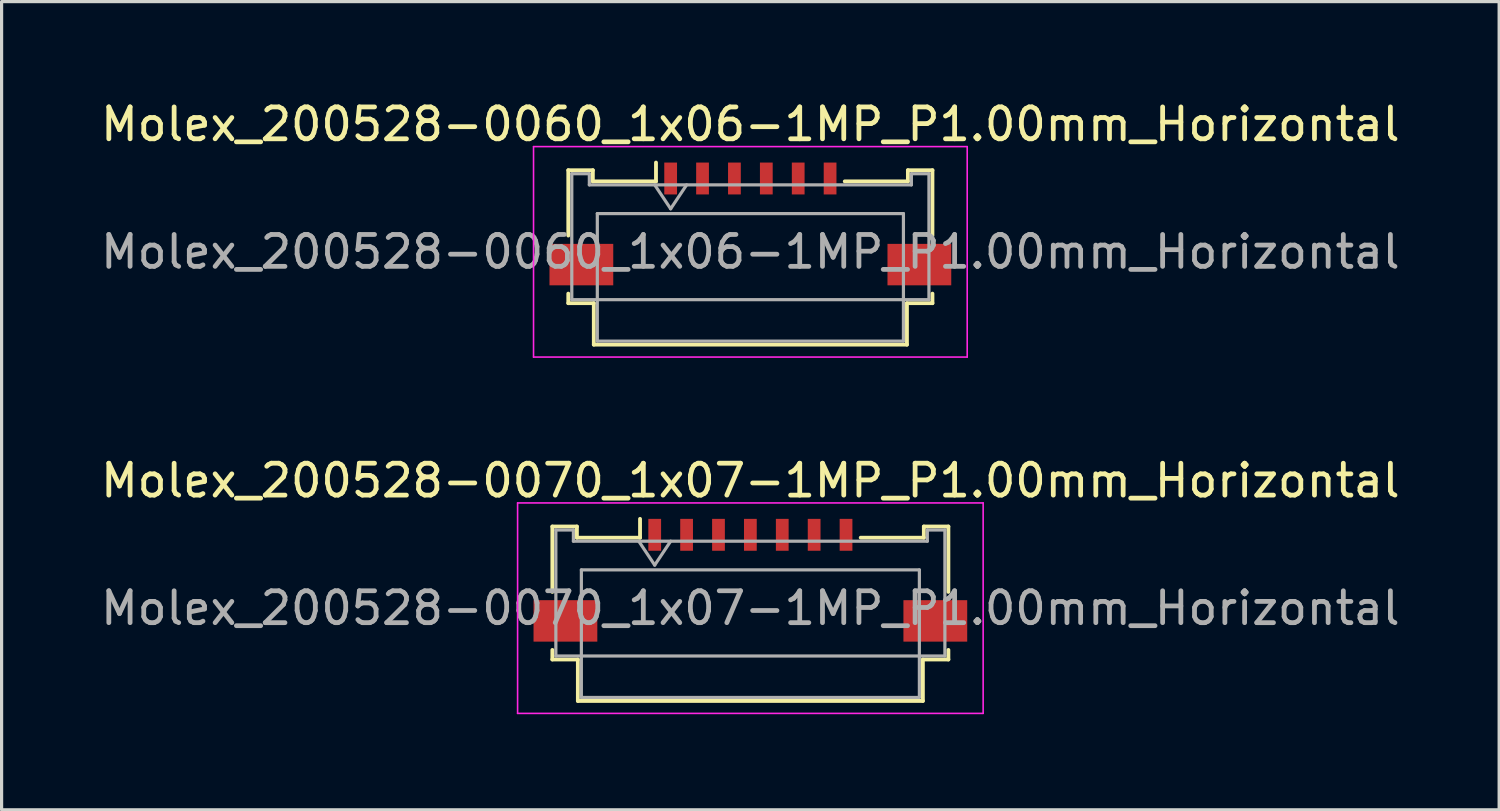
<source format=kicad_pcb>
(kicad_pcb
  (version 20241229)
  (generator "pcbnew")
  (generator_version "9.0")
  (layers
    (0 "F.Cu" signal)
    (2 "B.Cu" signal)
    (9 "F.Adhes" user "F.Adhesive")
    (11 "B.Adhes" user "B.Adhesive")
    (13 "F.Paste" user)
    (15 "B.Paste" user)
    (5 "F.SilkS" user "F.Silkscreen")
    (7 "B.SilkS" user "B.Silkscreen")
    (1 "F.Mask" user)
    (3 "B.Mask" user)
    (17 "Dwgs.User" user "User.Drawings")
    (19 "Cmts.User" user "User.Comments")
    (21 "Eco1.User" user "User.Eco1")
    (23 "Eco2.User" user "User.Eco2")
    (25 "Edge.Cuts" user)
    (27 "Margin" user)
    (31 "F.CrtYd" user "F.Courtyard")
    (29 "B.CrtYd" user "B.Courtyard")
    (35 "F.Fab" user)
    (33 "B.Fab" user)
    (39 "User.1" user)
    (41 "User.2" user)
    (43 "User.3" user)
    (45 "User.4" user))
  (footprint "Molex_200528-0060_1x06-1MP_P1.00mm_Horizontal"
    (layer "F.Cu")
    (at 20.482 3.458)
    (property "Reference" "Molex_200528-0060_1x06-1MP_P1.00mm_Horizontal" (at 0 -2.61 0) (layer "F.SilkS") (effects (font (size 1 1) (thickness 0.15))))
    (attr smd)
    (fp_line (start -5.71 -1.17) (end -5.71 0.88) (stroke (width 0.12) (type solid)) (layer "F.SilkS"))
    (fp_line (start -5.71 2.7) (end -5.71 3) (stroke (width 0.12) (type solid)) (layer "F.SilkS"))
    (fp_line (start -5.71 3) (end -4.91 3) (stroke (width 0.12) (type solid)) (layer "F.SilkS"))
    (fp_line (start -4.94 -1.17) (end -5.71 -1.17) (stroke (width 0.12) (type solid)) (layer "F.SilkS"))
    (fp_line (start -4.94 -0.82) (end -4.94 -1.17) (stroke (width 0.12) (type solid)) (layer "F.SilkS"))
    (fp_line (start -4.91 3) (end -4.91 4.3) (stroke (width 0.12) (type solid)) (layer "F.SilkS"))
    (fp_line (start -4.91 4.3) (end 4.91 4.3) (stroke (width 0.12) (type solid)) (layer "F.SilkS"))
    (fp_line (start -2.96 -1.41) (end -2.96 -0.82) (stroke (width 0.12) (type solid)) (layer "F.SilkS"))
    (fp_line (start -2.96 -0.82) (end -4.94 -0.82) (stroke (width 0.12) (type solid)) (layer "F.SilkS"))
    (fp_line (start 4.91 3) (end 5.71 3) (stroke (width 0.12) (type solid)) (layer "F.SilkS"))
    (fp_line (start 4.91 4.3) (end 4.91 3) (stroke (width 0.12) (type solid)) (layer "F.SilkS"))
    (fp_line (start 4.94 -1.17) (end 4.94 -0.82) (stroke (width 0.12) (type solid)) (layer "F.SilkS"))
    (fp_line (start 4.94 -0.82) (end 2.96 -0.82) (stroke (width 0.12) (type solid)) (layer "F.SilkS"))
    (fp_line (start 5.71 -1.17) (end 4.94 -1.17) (stroke (width 0.12) (type solid)) (layer "F.SilkS"))
    (fp_line (start 5.71 0.88) (end 5.71 -1.17) (stroke (width 0.12) (type solid)) (layer "F.SilkS"))
    (fp_line (start 5.71 3) (end 5.71 2.7) (stroke (width 0.12) (type solid)) (layer "F.SilkS"))
    (fp_line (start -6.8 -1.91) (end -6.8 4.69) (stroke (width 0.05) (type solid)) (layer "F.CrtYd"))
    (fp_line (start -6.8 4.69) (end 6.8 4.69) (stroke (width 0.05) (type solid)) (layer "F.CrtYd"))
    (fp_line (start 6.8 -1.91) (end -6.8 -1.91) (stroke (width 0.05) (type solid)) (layer "F.CrtYd"))
    (fp_line (start 6.8 4.69) (end 6.8 -1.91) (stroke (width 0.05) (type solid)) (layer "F.CrtYd"))
    (fp_line (start -5.6 -1.06) (end -5.6 2.89) (stroke (width 0.1) (type solid)) (layer "F.Fab"))
    (fp_line (start -5.6 2.89) (end 5.6 2.89) (stroke (width 0.1) (type solid)) (layer "F.Fab"))
    (fp_line (start -5.05 -1.06) (end -5.6 -1.06) (stroke (width 0.1) (type solid)) (layer "F.Fab"))
    (fp_line (start -5.05 -0.71) (end -5.05 -1.06) (stroke (width 0.1) (type solid)) (layer "F.Fab"))
    (fp_line (start -4.8 0.19) (end -4.8 4.19) (stroke (width 0.1) (type solid)) (layer "F.Fab"))
    (fp_line (start -4.8 4.19) (end 4.8 4.19) (stroke (width 0.1) (type solid)) (layer "F.Fab"))
    (fp_line (start -3 -0.71) (end -2.5 0.04) (stroke (width 0.1) (type solid)) (layer "F.Fab"))
    (fp_line (start -2.5 0.04) (end -2 -0.71) (stroke (width 0.1) (type solid)) (layer "F.Fab"))
    (fp_line (start 4.8 0.19) (end -4.8 0.19) (stroke (width 0.1) (type solid)) (layer "F.Fab"))
    (fp_line (start 4.8 4.19) (end 4.8 0.19) (stroke (width 0.1) (type solid)) (layer "F.Fab"))
    (fp_line (start 5.05 -1.06) (end 5.05 -0.71) (stroke (width 0.1) (type solid)) (layer "F.Fab"))
    (fp_line (start 5.05 -0.71) (end -5.05 -0.71) (stroke (width 0.1) (type solid)) (layer "F.Fab"))
    (fp_line (start 5.6 -1.06) (end 5.05 -1.06) (stroke (width 0.1) (type solid)) (layer "F.Fab"))
    (fp_line (start 5.6 2.89) (end 5.6 -1.06) (stroke (width 0.1) (type solid)) (layer "F.Fab"))
    (fp_text user "${REFERENCE}" (at 0 1.39 0) (layer "F.Fab") (effects (font (size 1 1) (thickness 0.15))))
    (pad "1" smd rect (at -2.5 -0.91) (size 0.4 1) (layers "F.Cu" "F.Mask" "F.Paste"))
    (pad "2" smd rect (at -1.5 -0.91) (size 0.4 1) (layers "F.Cu" "F.Mask" "F.Paste"))
    (pad "3" smd rect (at -0.5 -0.91) (size 0.4 1) (layers "F.Cu" "F.Mask" "F.Paste"))
    (pad "4" smd rect (at 0.5 -0.91) (size 0.4 1) (layers "F.Cu" "F.Mask" "F.Paste"))
    (pad "5" smd rect (at 1.5 -0.91) (size 0.4 1) (layers "F.Cu" "F.Mask" "F.Paste"))
    (pad "6" smd rect (at 2.5 -0.91) (size 0.4 1) (layers "F.Cu" "F.Mask" "F.Paste"))
    (pad "MP" smd rect (at -5.3 1.79) (size 2 1.3) (layers "F.Cu" "F.Mask" "F.Paste"))
    (pad "MP" smd rect (at 5.3 1.79) (size 2 1.3) (layers "F.Cu" "F.Mask" "F.Paste")))
  (footprint "Molex_200528-0070_1x07-1MP_P1.00mm_Horizontal"
    (layer "F.Cu")
    (at 20.482 14.632)
    (property "Reference" "Molex_200528-0070_1x07-1MP_P1.00mm_Horizontal" (at 0 -2.61 0) (layer "F.SilkS") (effects (font (size 1 1) (thickness 0.15))))
    (attr smd)
    (fp_line (start -6.21 -1.17) (end -6.21 0.88) (stroke (width 0.12) (type solid)) (layer "F.SilkS"))
    (fp_line (start -6.21 2.7) (end -6.21 3) (stroke (width 0.12) (type solid)) (layer "F.SilkS"))
    (fp_line (start -6.21 3) (end -5.41 3) (stroke (width 0.12) (type solid)) (layer "F.SilkS"))
    (fp_line (start -5.44 -1.17) (end -6.21 -1.17) (stroke (width 0.12) (type solid)) (layer "F.SilkS"))
    (fp_line (start -5.44 -0.82) (end -5.44 -1.17) (stroke (width 0.12) (type solid)) (layer "F.SilkS"))
    (fp_line (start -5.41 3) (end -5.41 4.3) (stroke (width 0.12) (type solid)) (layer "F.SilkS"))
    (fp_line (start -5.41 4.3) (end 5.41 4.3) (stroke (width 0.12) (type solid)) (layer "F.SilkS"))
    (fp_line (start -3.46 -1.41) (end -3.46 -0.82) (stroke (width 0.12) (type solid)) (layer "F.SilkS"))
    (fp_line (start -3.46 -0.82) (end -5.44 -0.82) (stroke (width 0.12) (type solid)) (layer "F.SilkS"))
    (fp_line (start 5.41 3) (end 6.21 3) (stroke (width 0.12) (type solid)) (layer "F.SilkS"))
    (fp_line (start 5.41 4.3) (end 5.41 3) (stroke (width 0.12) (type solid)) (layer "F.SilkS"))
    (fp_line (start 5.44 -1.17) (end 5.44 -0.82) (stroke (width 0.12) (type solid)) (layer "F.SilkS"))
    (fp_line (start 5.44 -0.82) (end 3.46 -0.82) (stroke (width 0.12) (type solid)) (layer "F.SilkS"))
    (fp_line (start 6.21 -1.17) (end 5.44 -1.17) (stroke (width 0.12) (type solid)) (layer "F.SilkS"))
    (fp_line (start 6.21 0.88) (end 6.21 -1.17) (stroke (width 0.12) (type solid)) (layer "F.SilkS"))
    (fp_line (start 6.21 3) (end 6.21 2.7) (stroke (width 0.12) (type solid)) (layer "F.SilkS"))
    (fp_line (start -7.3 -1.91) (end -7.3 4.69) (stroke (width 0.05) (type solid)) (layer "F.CrtYd"))
    (fp_line (start -7.3 4.69) (end 7.3 4.69) (stroke (width 0.05) (type solid)) (layer "F.CrtYd"))
    (fp_line (start 7.3 -1.91) (end -7.3 -1.91) (stroke (width 0.05) (type solid)) (layer "F.CrtYd"))
    (fp_line (start 7.3 4.69) (end 7.3 -1.91) (stroke (width 0.05) (type solid)) (layer "F.CrtYd"))
    (fp_line (start -6.1 -1.06) (end -6.1 2.89) (stroke (width 0.1) (type solid)) (layer "F.Fab"))
    (fp_line (start -6.1 2.89) (end 6.1 2.89) (stroke (width 0.1) (type solid)) (layer "F.Fab"))
    (fp_line (start -5.55 -1.06) (end -6.1 -1.06) (stroke (width 0.1) (type solid)) (layer "F.Fab"))
    (fp_line (start -5.55 -0.71) (end -5.55 -1.06) (stroke (width 0.1) (type solid)) (layer "F.Fab"))
    (fp_line (start -5.3 0.19) (end -5.3 4.19) (stroke (width 0.1) (type solid)) (layer "F.Fab"))
    (fp_line (start -5.3 4.19) (end 5.3 4.19) (stroke (width 0.1) (type solid)) (layer "F.Fab"))
    (fp_line (start -3.5 -0.71) (end -3 0.04) (stroke (width 0.1) (type solid)) (layer "F.Fab"))
    (fp_line (start -3 0.04) (end -2.5 -0.71) (stroke (width 0.1) (type solid)) (layer "F.Fab"))
    (fp_line (start 5.3 0.19) (end -5.3 0.19) (stroke (width 0.1) (type solid)) (layer "F.Fab"))
    (fp_line (start 5.3 4.19) (end 5.3 0.19) (stroke (width 0.1) (type solid)) (layer "F.Fab"))
    (fp_line (start 5.55 -1.06) (end 5.55 -0.71) (stroke (width 0.1) (type solid)) (layer "F.Fab"))
    (fp_line (start 5.55 -0.71) (end -5.55 -0.71) (stroke (width 0.1) (type solid)) (layer "F.Fab"))
    (fp_line (start 6.1 -1.06) (end 5.55 -1.06) (stroke (width 0.1) (type solid)) (layer "F.Fab"))
    (fp_line (start 6.1 2.89) (end 6.1 -1.06) (stroke (width 0.1) (type solid)) (layer "F.Fab"))
    (fp_text user "${REFERENCE}" (at 0 1.39 0) (layer "F.Fab") (effects (font (size 1 1) (thickness 0.15))))
    (pad "1" smd rect (at -3 -0.91) (size 0.4 1) (layers "F.Cu" "F.Mask" "F.Paste"))
    (pad "2" smd rect (at -2 -0.91) (size 0.4 1) (layers "F.Cu" "F.Mask" "F.Paste"))
    (pad "3" smd rect (at -1 -0.91) (size 0.4 1) (layers "F.Cu" "F.Mask" "F.Paste"))
    (pad "4" smd rect (at 0 -0.91) (size 0.4 1) (layers "F.Cu" "F.Mask" "F.Paste"))
    (pad "5" smd rect (at 1 -0.91) (size 0.4 1) (layers "F.Cu" "F.Mask" "F.Paste"))
    (pad "6" smd rect (at 2 -0.91) (size 0.4 1) (layers "F.Cu" "F.Mask" "F.Paste"))
    (pad "7" smd rect (at 3 -0.91) (size 0.4 1) (layers "F.Cu" "F.Mask" "F.Paste"))
    (pad "MP" smd rect (at -5.8 1.79) (size 2 1.3) (layers "F.Cu" "F.Mask" "F.Paste"))
    (pad "MP" smd rect (at 5.8 1.79) (size 2 1.3) (layers "F.Cu" "F.Mask" "F.Paste")))
  (gr_rect
    (start -3 -3)
    (end 43.964 22.346)
    (stroke (width 0.1) (type default))
    (fill no)
    (layer "Edge.Cuts")))
</source>
